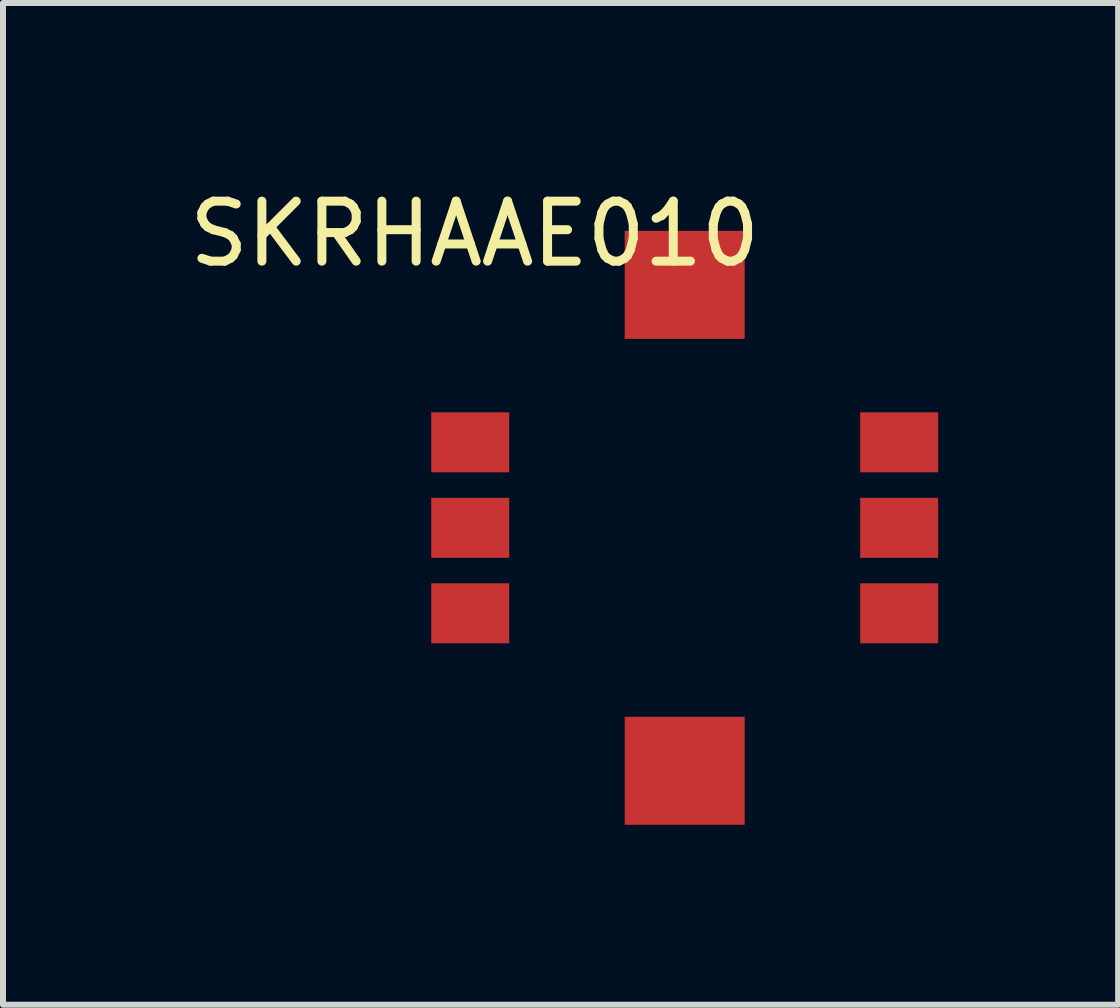
<source format=kicad_pcb>
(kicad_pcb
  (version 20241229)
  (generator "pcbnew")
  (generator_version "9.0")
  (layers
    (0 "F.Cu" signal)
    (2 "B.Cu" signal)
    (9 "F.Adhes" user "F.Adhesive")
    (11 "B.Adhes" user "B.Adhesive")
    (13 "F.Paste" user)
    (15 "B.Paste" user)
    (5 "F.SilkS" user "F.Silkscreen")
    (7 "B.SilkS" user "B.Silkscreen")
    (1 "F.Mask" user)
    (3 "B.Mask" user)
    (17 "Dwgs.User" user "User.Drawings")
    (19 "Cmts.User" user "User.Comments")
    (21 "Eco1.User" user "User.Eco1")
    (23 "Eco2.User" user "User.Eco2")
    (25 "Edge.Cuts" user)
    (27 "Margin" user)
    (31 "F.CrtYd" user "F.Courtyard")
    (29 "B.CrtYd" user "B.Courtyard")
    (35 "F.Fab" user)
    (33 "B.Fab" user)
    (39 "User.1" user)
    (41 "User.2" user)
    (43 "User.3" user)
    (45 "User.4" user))
  (footprint "SKRHAAE010"
    (layer "F.Cu")
    (at 8.363 5.748)
    (property "Reference" "SKRHAAE010" (at -3.5 -4.9 0) (layer "F.SilkS") (effects (font (size 1 1) (thickness 0.15))))
    (attr through_hole)
    (pad "" smd rect (at 0 -4.05) (size 2 1.8) (layers "F.Cu" "F.Mask" "F.Paste"))
    (pad "" smd rect (at 0 4.05) (size 2 1.8) (layers "F.Cu" "F.Mask" "F.Paste"))
    (pad "1" smd rect (at -3.575 -1.425) (size 1.3 1) (layers "F.Cu" "F.Mask" "F.Paste"))
    (pad "2" smd rect (at -3.575 0) (size 1.3 1) (layers "F.Cu" "F.Mask" "F.Paste"))
    (pad "3" smd rect (at -3.575 1.425) (size 1.3 1) (layers "F.Cu" "F.Mask" "F.Paste"))
    (pad "4" smd rect (at 3.575 -1.425) (size 1.3 1) (layers "F.Cu" "F.Mask" "F.Paste"))
    (pad "5" smd rect (at 3.575 0) (size 1.3 1) (layers "F.Cu" "F.Mask" "F.Paste"))
    (pad "6" smd rect (at 3.575 1.425) (size 1.3 1) (layers "F.Cu" "F.Mask" "F.Paste")))
  (gr_rect
    (start -3 -3)
    (end 15.588 13.698)
    (stroke (width 0.1) (type default))
    (fill no)
    (layer "Edge.Cuts")))
</source>
